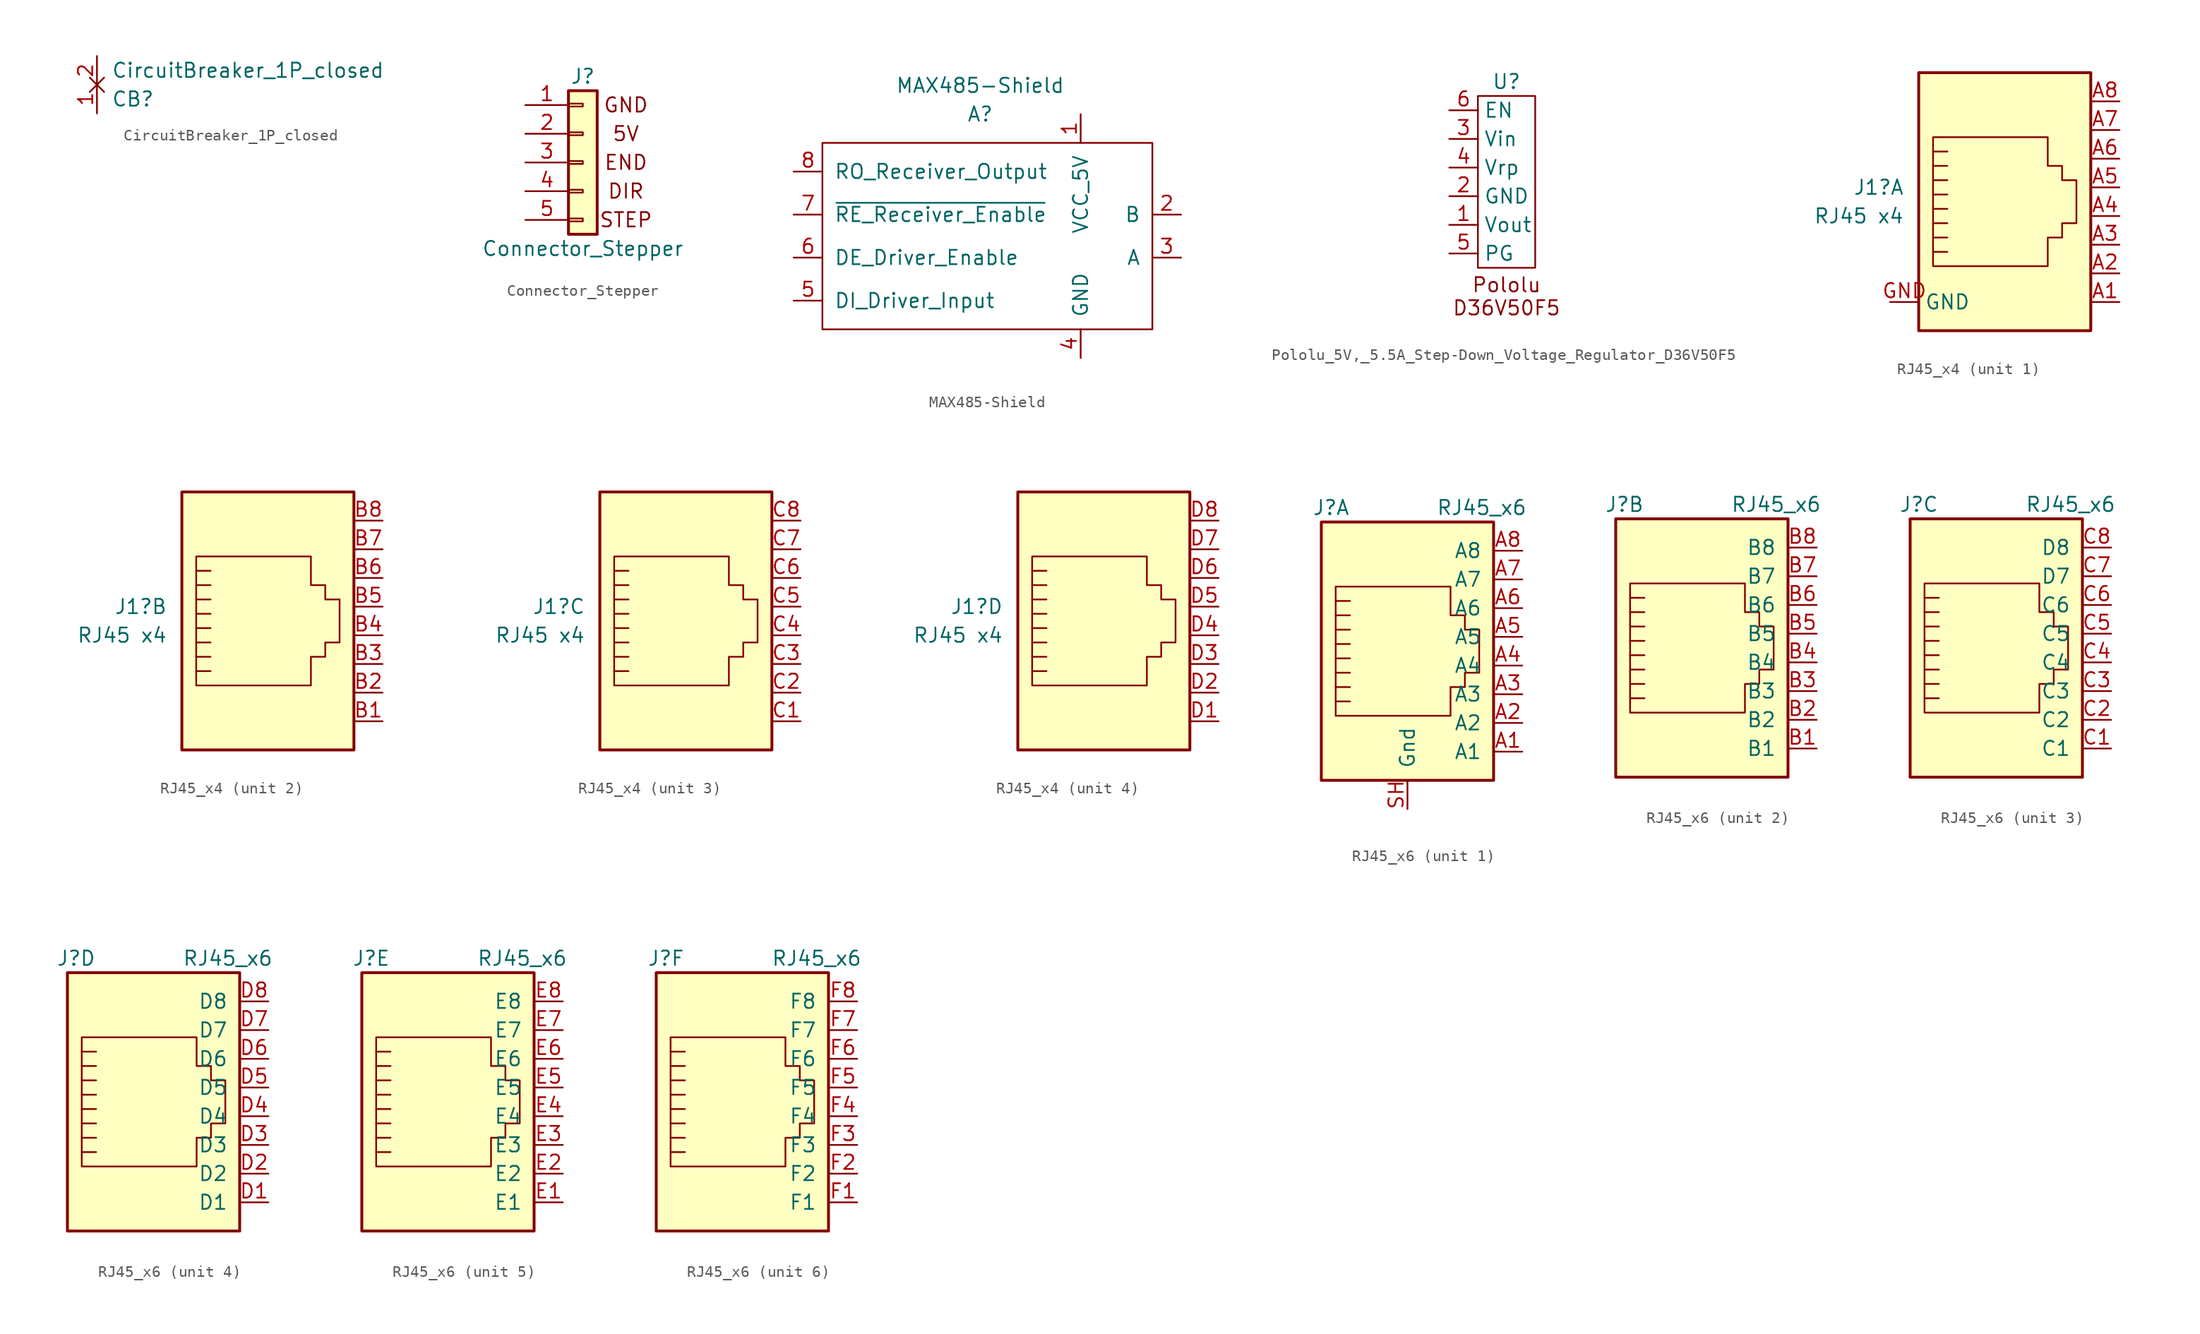
<source format=kicad_sym>
(kicad_symbol_lib
  (version 20220914)
  (generator kicad_symbol_editor)
  (symbol "CircuitBreaker_1P_closed"
    (property "Reference" "CB"
      (at 1.27 -1.27 0)
      (effects (font (size 1.27 1.27)) (justify left)))
    (property "Value" "CircuitBreaker_1P_closed"
      (at 1.27 1.27 0)
      (effects (font (size 1.27 1.27)) (justify left)))
    (symbol "CircuitBreaker_1P_closed_1_1"
      (polyline (pts (xy -0.635 0.635) (xy 0.635 -0.635)) (stroke (width 0) (type default)) (fill (type none)))
      (polyline (pts (xy 0.635 0.635) (xy -0.635 -0.635)) (stroke (width 0) (type default)) (fill (type none)))
      (pin passive line (at 0 -2.54 90) (length 2.54) (name "~" (effects (font (size 1.27 1.27)))) (number "1" (effects (font (size 1.27 1.27)))))
      (pin passive line (at 0 2.54 270) (length 2.54) (name "~" (effects (font (size 1.27 1.27)))) (number "2" (effects (font (size 1.27 1.27)))))))
  (symbol "Connector_Stepper"
    (pin_names
      (offset 1.016) hide)
    (property "Reference" "J"
      (at 0 7.62 0)
      (effects (font (size 1.27 1.27))))
    (property "Value" "Connector_Stepper"
      (at 0 -7.62 0)
      (effects (font (size 1.27 1.27))))
    (symbol "Connector_Stepper_0_0"
      (text "5V" (at 3.81 2.54 0) (effects (font (size 1.27 1.27))))
      (text "DIR" (at 3.81 -2.54 0) (effects (font (size 1.27 1.27))))
      (text "END" (at 3.81 0 0) (effects (font (size 1.27 1.27))))
      (text "GND" (at 3.81 5.08 0) (effects (font (size 1.27 1.27))))
      (text "STEP" (at 3.81 -5.08 0) (effects (font (size 1.27 1.27)))))
    (symbol "Connector_Stepper_1_1"
      (rectangle (start -1.27 -4.953) (end 0 -5.207) (stroke (width 0.152) (type solid)) (fill (type none)))
      (rectangle (start -1.27 -2.413) (end 0 -2.667) (stroke (width 0.152) (type solid)) (fill (type none)))
      (rectangle (start -1.27 0.127) (end 0 -0.127) (stroke (width 0.152) (type solid)) (fill (type none)))
      (rectangle (start -1.27 2.667) (end 0 2.413) (stroke (width 0.152) (type solid)) (fill (type none)))
      (rectangle (start -1.27 5.207) (end 0 4.953) (stroke (width 0.152) (type solid)) (fill (type none)))
      (rectangle (start -1.27 6.35) (end 1.27 -6.35) (stroke (width 0.254) (type solid)) (fill (type background)))
      (pin power_in line (at -5.08 5.08 0) (length 3.81) (name "GND" (effects (font (size 1.27 1.27)))) (number "1" (effects (font (size 1.27 1.27)))))
      (pin power_in line (at -5.08 2.54 0) (length 3.81) (name "Pin_2" (effects (font (size 1.27 1.27)))) (number "2" (effects (font (size 1.27 1.27)))))
      (pin output line (at -5.08 0 0) (length 3.81) (name "Pin_3" (effects (font (size 1.27 1.27)))) (number "3" (effects (font (size 1.27 1.27)))))
      (pin input line (at -5.08 -2.54 0) (length 3.81) (name "Pin_4" (effects (font (size 1.27 1.27)))) (number "4" (effects (font (size 1.27 1.27)))))
      (pin input line (at -5.08 -5.08 0) (length 3.81) (name "Pin_5" (effects (font (size 1.27 1.27)))) (number "5" (effects (font (size 1.27 1.27)))))))
  (symbol "MAX485-Shield"
    (pin_names
      (offset 1.016))
    (property "Reference" "A"
      (at 0 11.43 0)
      (effects (font (size 1.27 1.27))))
    (property "Value" "MAX485-Shield"
      (at 0 13.97 0)
      (effects (font (size 1.27 1.27))))
    (symbol "MAX485-Shield_0_1"
      (rectangle (start -13.97 8.89) (end 15.24 -7.62) (stroke (width 0) (type solid)) (fill (type none))))
    (symbol "MAX485-Shield_1_1"
      (pin input line (at 8.89 11.43 270) (length 2.54) (name "VCC_5V" (effects (font (size 1.27 1.27)))) (number "1" (effects (font (size 1.27 1.27)))))
      (pin output line (at 17.78 2.54 180) (length 2.54) (name "B" (effects (font (size 1.27 1.27)))) (number "2" (effects (font (size 1.27 1.27)))))
      (pin output line (at 17.78 -1.27 180) (length 2.54) (name "A" (effects (font (size 1.27 1.27)))) (number "3" (effects (font (size 1.27 1.27)))))
      (pin input line (at 8.89 -10.16 90) (length 2.54) (name "GND" (effects (font (size 1.27 1.27)))) (number "4" (effects (font (size 1.27 1.27)))))
      (pin input line (at -16.51 -5.08 0) (length 2.54) (name "DI_Driver_Input" (effects (font (size 1.27 1.27)))) (number "5" (effects (font (size 1.27 1.27)))))
      (pin input line (at -16.51 -1.27 0) (length 2.54) (name "DE_Driver_Enable" (effects (font (size 1.27 1.27)))) (number "6" (effects (font (size 1.27 1.27)))))
      (pin input line (at -16.51 2.54 0) (length 2.54) (name "~{RE_Receiver_Enable}" (effects (font (size 1.27 1.27)))) (number "7" (effects (font (size 1.27 1.27)))))
      (pin output line (at -16.51 6.35 0) (length 2.54) (name "RO_Receiver_Output" (effects (font (size 1.27 1.27)))) (number "8" (effects (font (size 1.27 1.27)))))))
  (symbol "Pololu_5V,_5.5A_Step-Down_Voltage_Regulator_D36V50F5"
    (property "Reference" "U"
      (at 0 8.89 0)
      (effects (font (size 1.27 1.27))))
    (property "Value" ""
      (at 0 -1.27 0)
      (effects (font (size 1.27 1.27))))
    (symbol "Pololu_5V,_5.5A_Step-Down_Voltage_Regulator_D36V50F5_0_1"
      (rectangle (start -2.54 7.62) (end 2.54 -7.62) (stroke (width 0) (type default)) (fill (type none))))
    (symbol "Pololu_5V,_5.5A_Step-Down_Voltage_Regulator_D36V50F5_1_1"
      (text "Pololu\nD36V50F5" (at 0 -10.16 0) (effects (font (size 1.27 1.27))))
      (pin power_out line (at -5.08 -3.81 0) (length 2.54) (name "Vout" (effects (font (size 1.27 1.27)))) (number "1" (effects (font (size 1.27 1.27)))))
      (pin input line (at -5.08 -1.27 0) (length 2.54) (name "GND" (effects (font (size 1.27 1.27)))) (number "2" (effects (font (size 1.27 1.27)))))
      (pin power_in line (at -5.08 3.81 0) (length 2.54) (name "Vin" (effects (font (size 1.27 1.27)))) (number "3" (effects (font (size 1.27 1.27)))))
      (pin power_out line (at -5.08 1.27 0) (length 2.54) (name "Vrp" (effects (font (size 1.27 1.27)))) (number "4" (effects (font (size 1.27 1.27)))))
      (pin output line (at -5.08 -6.35 0) (length 2.54) (name "PG" (effects (font (size 1.27 1.27)))) (number "5" (effects (font (size 1.27 1.27)))))
      (pin input line (at -5.08 6.35 0) (length 2.54) (name "EN" (effects (font (size 1.27 1.27)))) (number "6" (effects (font (size 1.27 1.27)))))))
  (symbol "RJ45_x4"
    (property "Reference" "J1"
      (at -16.51 1.27 0)
      (effects (font (size 1.27 1.27)) (justify right)))
    (property "Value" "RJ45 x4"
      (at -16.51 -1.27 0)
      (effects (font (size 1.27 1.27)) (justify right)))
    (symbol "RJ45_x4_0_1"
      (polyline (pts (xy -12.7 3.175) (xy -13.97 3.175)) (stroke (width 0) (type default)) (fill (type none)))
      (polyline (pts (xy -12.7 4.445) (xy -13.97 4.445)) (stroke (width 0) (type default)) (fill (type none)))
      (polyline (pts (xy -13.97 -4.445) (xy -12.7 -4.445) (xy -12.7 -4.445)) (stroke (width 0) (type default)) (fill (type none)))
      (polyline (pts (xy -13.97 -3.175) (xy -12.7 -3.175) (xy -12.7 -3.175)) (stroke (width 0) (type default)) (fill (type none)))
      (polyline (pts (xy -13.97 -1.905) (xy -12.7 -1.905) (xy -12.7 -1.905)) (stroke (width 0) (type default)) (fill (type none)))
      (polyline (pts (xy -13.97 -0.635) (xy -12.7 -0.635) (xy -12.7 -0.635)) (stroke (width 0) (type default)) (fill (type none)))
      (polyline (pts (xy -13.97 0.635) (xy -12.7 0.635) (xy -12.7 0.635)) (stroke (width 0) (type default)) (fill (type none)))
      (polyline (pts (xy -12.7 1.905) (xy -13.97 1.905) (xy -13.97 1.905)) (stroke (width 0) (type default)) (fill (type none)))
      (polyline (pts (xy -13.97 -5.715) (xy -13.97 5.715) (xy -3.81 5.715) (xy -3.81 3.175) (xy -2.54 3.175) (xy -2.54 1.905) (xy -1.27 1.905) (xy -1.27 -1.905) (xy -2.54 -1.905) (xy -2.54 -3.175) (xy -3.81 -3.175) (xy -3.81 -5.715) (xy -13.97 -5.715) (xy -13.97 -5.715)) (stroke (width 0) (type default)) (fill (type none)))
      (rectangle (start 0 11.43) (end -15.24 -11.43) (stroke (width 0.254) (type default)) (fill (type background))))
    (symbol "RJ45_x4_1_1"
      (pin passive line (at 2.54 -8.89 180) (length 2.54) (name "~" (effects (font (size 1.27 1.27)))) (number "A1" (effects (font (size 1.27 1.27)))))
      (pin passive line (at 2.54 -6.35 180) (length 2.54) (name "~" (effects (font (size 1.27 1.27)))) (number "A2" (effects (font (size 1.27 1.27)))))
      (pin passive line (at 2.54 -3.81 180) (length 2.54) (name "~" (effects (font (size 1.27 1.27)))) (number "A3" (effects (font (size 1.27 1.27)))))
      (pin passive line (at 2.54 -1.27 180) (length 2.54) (name "~" (effects (font (size 1.27 1.27)))) (number "A4" (effects (font (size 1.27 1.27)))))
      (pin passive line (at 2.54 1.27 180) (length 2.54) (name "~" (effects (font (size 1.27 1.27)))) (number "A5" (effects (font (size 1.27 1.27)))))
      (pin passive line (at 2.54 3.81 180) (length 2.54) (name "~" (effects (font (size 1.27 1.27)))) (number "A6" (effects (font (size 1.27 1.27)))))
      (pin passive line (at 2.54 6.35 180) (length 2.54) (name "~" (effects (font (size 1.27 1.27)))) (number "A7" (effects (font (size 1.27 1.27)))))
      (pin passive line (at 2.54 8.89 180) (length 2.54) (name "~" (effects (font (size 1.27 1.27)))) (number "A8" (effects (font (size 1.27 1.27)))))
      (pin input line (at -17.78 -8.89 0) (length 2.54) (name "GND" (effects (font (size 1.27 1.27)))) (number "GND" (effects (font (size 1.27 1.27))))))
    (symbol "RJ45_x4_2_1"
      (pin passive line (at 2.54 -8.89 180) (length 2.54) (name "~" (effects (font (size 1.27 1.27)))) (number "B1" (effects (font (size 1.27 1.27)))))
      (pin passive line (at 2.54 -6.35 180) (length 2.54) (name "~" (effects (font (size 1.27 1.27)))) (number "B2" (effects (font (size 1.27 1.27)))))
      (pin passive line (at 2.54 -3.81 180) (length 2.54) (name "~" (effects (font (size 1.27 1.27)))) (number "B3" (effects (font (size 1.27 1.27)))))
      (pin passive line (at 2.54 -1.27 180) (length 2.54) (name "~" (effects (font (size 1.27 1.27)))) (number "B4" (effects (font (size 1.27 1.27)))))
      (pin passive line (at 2.54 1.27 180) (length 2.54) (name "~" (effects (font (size 1.27 1.27)))) (number "B5" (effects (font (size 1.27 1.27)))))
      (pin passive line (at 2.54 3.81 180) (length 2.54) (name "~" (effects (font (size 1.27 1.27)))) (number "B6" (effects (font (size 1.27 1.27)))))
      (pin passive line (at 2.54 6.35 180) (length 2.54) (name "~" (effects (font (size 1.27 1.27)))) (number "B7" (effects (font (size 1.27 1.27)))))
      (pin passive line (at 2.54 8.89 180) (length 2.54) (name "~" (effects (font (size 1.27 1.27)))) (number "B8" (effects (font (size 1.27 1.27))))))
    (symbol "RJ45_x4_3_1"
      (pin passive line (at 2.54 -8.89 180) (length 2.54) (name "~" (effects (font (size 1.27 1.27)))) (number "C1" (effects (font (size 1.27 1.27)))))
      (pin passive line (at 2.54 -6.35 180) (length 2.54) (name "~" (effects (font (size 1.27 1.27)))) (number "C2" (effects (font (size 1.27 1.27)))))
      (pin passive line (at 2.54 -3.81 180) (length 2.54) (name "~" (effects (font (size 1.27 1.27)))) (number "C3" (effects (font (size 1.27 1.27)))))
      (pin passive line (at 2.54 -1.27 180) (length 2.54) (name "~" (effects (font (size 1.27 1.27)))) (number "C4" (effects (font (size 1.27 1.27)))))
      (pin passive line (at 2.54 1.27 180) (length 2.54) (name "~" (effects (font (size 1.27 1.27)))) (number "C5" (effects (font (size 1.27 1.27)))))
      (pin passive line (at 2.54 3.81 180) (length 2.54) (name "~" (effects (font (size 1.27 1.27)))) (number "C6" (effects (font (size 1.27 1.27)))))
      (pin passive line (at 2.54 6.35 180) (length 2.54) (name "~" (effects (font (size 1.27 1.27)))) (number "C7" (effects (font (size 1.27 1.27)))))
      (pin passive line (at 2.54 8.89 180) (length 2.54) (name "~" (effects (font (size 1.27 1.27)))) (number "C8" (effects (font (size 1.27 1.27))))))
    (symbol "RJ45_x4_4_1"
      (pin passive line (at 2.54 -8.89 180) (length 2.54) (name "~" (effects (font (size 1.27 1.27)))) (number "D1" (effects (font (size 1.27 1.27)))))
      (pin passive line (at 2.54 -6.35 180) (length 2.54) (name "~" (effects (font (size 1.27 1.27)))) (number "D2" (effects (font (size 1.27 1.27)))))
      (pin passive line (at 2.54 -3.81 180) (length 2.54) (name "~" (effects (font (size 1.27 1.27)))) (number "D3" (effects (font (size 1.27 1.27)))))
      (pin passive line (at 2.54 -1.27 180) (length 2.54) (name "~" (effects (font (size 1.27 1.27)))) (number "D4" (effects (font (size 1.27 1.27)))))
      (pin passive line (at 2.54 1.27 180) (length 2.54) (name "~" (effects (font (size 1.27 1.27)))) (number "D5" (effects (font (size 1.27 1.27)))))
      (pin passive line (at 2.54 3.81 180) (length 2.54) (name "~" (effects (font (size 1.27 1.27)))) (number "D6" (effects (font (size 1.27 1.27)))))
      (pin passive line (at 2.54 6.35 180) (length 2.54) (name "~" (effects (font (size 1.27 1.27)))) (number "D7" (effects (font (size 1.27 1.27)))))
      (pin passive line (at 2.54 8.89 180) (length 2.54) (name "~" (effects (font (size 1.27 1.27)))) (number "D8" (effects (font (size 1.27 1.27)))))))
  (symbol "RJ45_x6"
    (pin_names
      (offset 1.016))
    (property "Reference" "J"
      (at -5.08 13.97 0)
      (effects (font (size 1.27 1.27)) (justify right)))
    (property "Value" "RJ45_x6"
      (at 2.54 13.97 0)
      (effects (font (size 1.27 1.27)) (justify left)))
    (symbol "RJ45_x6_0_1"
      (rectangle (start -7.62 12.7) (end 7.62 -10.16) (stroke (width 0.254) (type solid)) (fill (type background)))
      (polyline (pts (xy -5.08 4.445) (xy -6.35 4.445)) (stroke (width 0) (type solid)) (fill (type none)))
      (polyline (pts (xy -5.08 5.715) (xy -6.35 5.715)) (stroke (width 0) (type solid)) (fill (type none)))
      (polyline (pts (xy -6.35 -3.175) (xy -5.08 -3.175) (xy -5.08 -3.175)) (stroke (width 0) (type solid)) (fill (type none)))
      (polyline (pts (xy -6.35 -1.905) (xy -5.08 -1.905) (xy -5.08 -1.905)) (stroke (width 0) (type solid)) (fill (type none)))
      (polyline (pts (xy -6.35 -0.635) (xy -5.08 -0.635) (xy -5.08 -0.635)) (stroke (width 0) (type solid)) (fill (type none)))
      (polyline (pts (xy -6.35 0.635) (xy -5.08 0.635) (xy -5.08 0.635)) (stroke (width 0) (type solid)) (fill (type none)))
      (polyline (pts (xy -6.35 1.905) (xy -5.08 1.905) (xy -5.08 1.905)) (stroke (width 0) (type solid)) (fill (type none)))
      (polyline (pts (xy -5.08 3.175) (xy -6.35 3.175) (xy -6.35 3.175)) (stroke (width 0) (type solid)) (fill (type none)))
      (polyline (pts (xy -6.35 -4.445) (xy -6.35 6.985) (xy 3.81 6.985) (xy 3.81 4.445) (xy 5.08 4.445) (xy 5.08 3.175) (xy 6.35 3.175) (xy 6.35 -0.635) (xy 5.08 -0.635) (xy 5.08 -1.905) (xy 3.81 -1.905) (xy 3.81 -4.445) (xy -6.35 -4.445) (xy -6.35 -4.445)) (stroke (width 0) (type solid)) (fill (type none))))
    (symbol "RJ45_x6_1_1"
      (pin passive line (at 10.16 -7.62 180) (length 2.54) (name "A1" (effects (font (size 1.27 1.27)))) (number "A1" (effects (font (size 1.27 1.27)))))
      (pin passive line (at 10.16 -5.08 180) (length 2.54) (name "A2" (effects (font (size 1.27 1.27)))) (number "A2" (effects (font (size 1.27 1.27)))))
      (pin passive line (at 10.16 -2.54 180) (length 2.54) (name "A3" (effects (font (size 1.27 1.27)))) (number "A3" (effects (font (size 1.27 1.27)))))
      (pin passive line (at 10.16 0 180) (length 2.54) (name "A4" (effects (font (size 1.27 1.27)))) (number "A4" (effects (font (size 1.27 1.27)))))
      (pin passive line (at 10.16 2.54 180) (length 2.54) (name "A5" (effects (font (size 1.27 1.27)))) (number "A5" (effects (font (size 1.27 1.27)))))
      (pin passive line (at 10.16 5.08 180) (length 2.54) (name "A6" (effects (font (size 1.27 1.27)))) (number "A6" (effects (font (size 1.27 1.27)))))
      (pin passive line (at 10.16 7.62 180) (length 2.54) (name "A7" (effects (font (size 1.27 1.27)))) (number "A7" (effects (font (size 1.27 1.27)))))
      (pin passive line (at 10.16 10.16 180) (length 2.54) (name "A8" (effects (font (size 1.27 1.27)))) (number "A8" (effects (font (size 1.27 1.27)))))
      (pin input line (at 0 -12.7 90) (length 2.54) (name "Gnd" (effects (font (size 1.27 1.27)))) (number "SH" (effects (font (size 1.27 1.27))))))
    (symbol "RJ45_x6_2_1"
      (pin passive line (at 10.16 -7.62 180) (length 2.54) (name "B1" (effects (font (size 1.27 1.27)))) (number "B1" (effects (font (size 1.27 1.27)))))
      (pin passive line (at 10.16 -5.08 180) (length 2.54) (name "B2" (effects (font (size 1.27 1.27)))) (number "B2" (effects (font (size 1.27 1.27)))))
      (pin passive line (at 10.16 -2.54 180) (length 2.54) (name "B3" (effects (font (size 1.27 1.27)))) (number "B3" (effects (font (size 1.27 1.27)))))
      (pin passive line (at 10.16 0 180) (length 2.54) (name "B4" (effects (font (size 1.27 1.27)))) (number "B4" (effects (font (size 1.27 1.27)))))
      (pin passive line (at 10.16 2.54 180) (length 2.54) (name "B5" (effects (font (size 1.27 1.27)))) (number "B5" (effects (font (size 1.27 1.27)))))
      (pin passive line (at 10.16 5.08 180) (length 2.54) (name "B6" (effects (font (size 1.27 1.27)))) (number "B6" (effects (font (size 1.27 1.27)))))
      (pin passive line (at 10.16 7.62 180) (length 2.54) (name "B7" (effects (font (size 1.27 1.27)))) (number "B7" (effects (font (size 1.27 1.27)))))
      (pin passive line (at 10.16 10.16 180) (length 2.54) (name "B8" (effects (font (size 1.27 1.27)))) (number "B8" (effects (font (size 1.27 1.27))))))
    (symbol "RJ45_x6_3_1"
      (pin passive line (at 10.16 -7.62 180) (length 2.54) (name "C1" (effects (font (size 1.27 1.27)))) (number "C1" (effects (font (size 1.27 1.27)))))
      (pin passive line (at 10.16 -5.08 180) (length 2.54) (name "C2" (effects (font (size 1.27 1.27)))) (number "C2" (effects (font (size 1.27 1.27)))))
      (pin passive line (at 10.16 -2.54 180) (length 2.54) (name "C3" (effects (font (size 1.27 1.27)))) (number "C3" (effects (font (size 1.27 1.27)))))
      (pin passive line (at 10.16 0 180) (length 2.54) (name "C4" (effects (font (size 1.27 1.27)))) (number "C4" (effects (font (size 1.27 1.27)))))
      (pin passive line (at 10.16 2.54 180) (length 2.54) (name "C5" (effects (font (size 1.27 1.27)))) (number "C5" (effects (font (size 1.27 1.27)))))
      (pin passive line (at 10.16 5.08 180) (length 2.54) (name "C6" (effects (font (size 1.27 1.27)))) (number "C6" (effects (font (size 1.27 1.27)))))
      (pin passive line (at 10.16 7.62 180) (length 2.54) (name "D7" (effects (font (size 1.27 1.27)))) (number "C7" (effects (font (size 1.27 1.27)))))
      (pin passive line (at 10.16 10.16 180) (length 2.54) (name "D8" (effects (font (size 1.27 1.27)))) (number "C8" (effects (font (size 1.27 1.27))))))
    (symbol "RJ45_x6_4_1"
      (pin passive line (at 10.16 -7.62 180) (length 2.54) (name "D1" (effects (font (size 1.27 1.27)))) (number "D1" (effects (font (size 1.27 1.27)))))
      (pin passive line (at 10.16 -5.08 180) (length 2.54) (name "D2" (effects (font (size 1.27 1.27)))) (number "D2" (effects (font (size 1.27 1.27)))))
      (pin passive line (at 10.16 -2.54 180) (length 2.54) (name "D3" (effects (font (size 1.27 1.27)))) (number "D3" (effects (font (size 1.27 1.27)))))
      (pin passive line (at 10.16 0 180) (length 2.54) (name "D4" (effects (font (size 1.27 1.27)))) (number "D4" (effects (font (size 1.27 1.27)))))
      (pin passive line (at 10.16 2.54 180) (length 2.54) (name "D5" (effects (font (size 1.27 1.27)))) (number "D5" (effects (font (size 1.27 1.27)))))
      (pin passive line (at 10.16 5.08 180) (length 2.54) (name "D6" (effects (font (size 1.27 1.27)))) (number "D6" (effects (font (size 1.27 1.27)))))
      (pin passive line (at 10.16 7.62 180) (length 2.54) (name "D7" (effects (font (size 1.27 1.27)))) (number "D7" (effects (font (size 1.27 1.27)))))
      (pin passive line (at 10.16 10.16 180) (length 2.54) (name "D8" (effects (font (size 1.27 1.27)))) (number "D8" (effects (font (size 1.27 1.27))))))
    (symbol "RJ45_x6_5_1"
      (pin passive line (at 10.16 -7.62 180) (length 2.54) (name "E1" (effects (font (size 1.27 1.27)))) (number "E1" (effects (font (size 1.27 1.27)))))
      (pin passive line (at 10.16 -5.08 180) (length 2.54) (name "E2" (effects (font (size 1.27 1.27)))) (number "E2" (effects (font (size 1.27 1.27)))))
      (pin passive line (at 10.16 -2.54 180) (length 2.54) (name "E3" (effects (font (size 1.27 1.27)))) (number "E3" (effects (font (size 1.27 1.27)))))
      (pin passive line (at 10.16 0 180) (length 2.54) (name "E4" (effects (font (size 1.27 1.27)))) (number "E4" (effects (font (size 1.27 1.27)))))
      (pin passive line (at 10.16 2.54 180) (length 2.54) (name "E5" (effects (font (size 1.27 1.27)))) (number "E5" (effects (font (size 1.27 1.27)))))
      (pin passive line (at 10.16 5.08 180) (length 2.54) (name "E6" (effects (font (size 1.27 1.27)))) (number "E6" (effects (font (size 1.27 1.27)))))
      (pin passive line (at 10.16 7.62 180) (length 2.54) (name "E7" (effects (font (size 1.27 1.27)))) (number "E7" (effects (font (size 1.27 1.27)))))
      (pin passive line (at 10.16 10.16 180) (length 2.54) (name "E8" (effects (font (size 1.27 1.27)))) (number "E8" (effects (font (size 1.27 1.27))))))
    (symbol "RJ45_x6_6_1"
      (pin passive line (at 10.16 -7.62 180) (length 2.54) (name "F1" (effects (font (size 1.27 1.27)))) (number "F1" (effects (font (size 1.27 1.27)))))
      (pin passive line (at 10.16 -5.08 180) (length 2.54) (name "F2" (effects (font (size 1.27 1.27)))) (number "F2" (effects (font (size 1.27 1.27)))))
      (pin passive line (at 10.16 -2.54 180) (length 2.54) (name "F3" (effects (font (size 1.27 1.27)))) (number "F3" (effects (font (size 1.27 1.27)))))
      (pin passive line (at 10.16 0 180) (length 2.54) (name "F4" (effects (font (size 1.27 1.27)))) (number "F4" (effects (font (size 1.27 1.27)))))
      (pin passive line (at 10.16 2.54 180) (length 2.54) (name "F5" (effects (font (size 1.27 1.27)))) (number "F5" (effects (font (size 1.27 1.27)))))
      (pin passive line (at 10.16 5.08 180) (length 2.54) (name "F6" (effects (font (size 1.27 1.27)))) (number "F6" (effects (font (size 1.27 1.27)))))
      (pin passive line (at 10.16 7.62 180) (length 2.54) (name "F7" (effects (font (size 1.27 1.27)))) (number "F7" (effects (font (size 1.27 1.27)))))
      (pin passive line (at 10.16 10.16 180) (length 2.54) (name "F8" (effects (font (size 1.27 1.27)))) (number "F8" (effects (font (size 1.27 1.27))))))))
</source>
